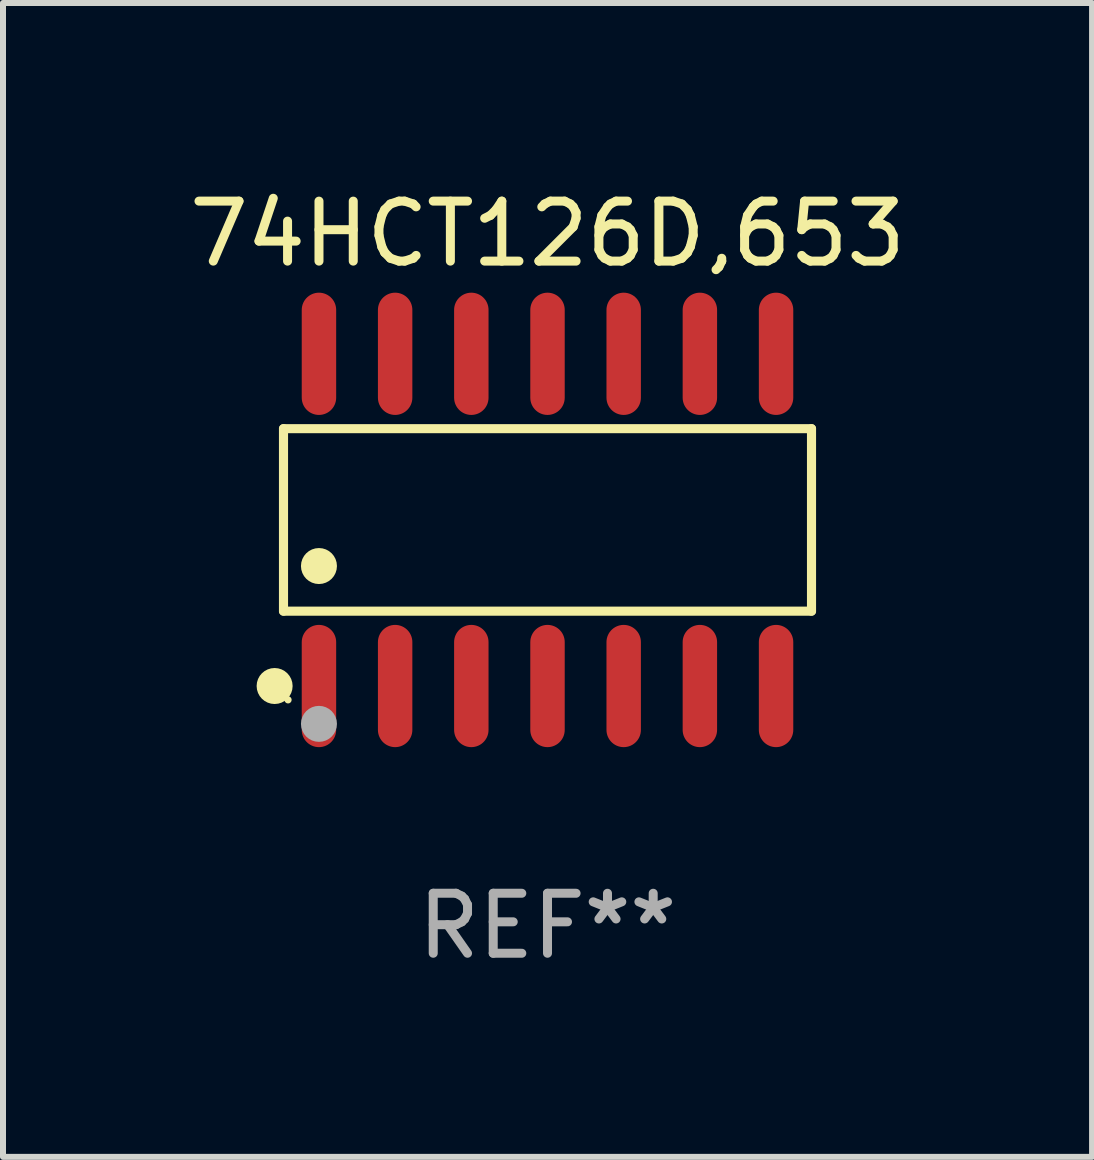
<source format=kicad_pcb>
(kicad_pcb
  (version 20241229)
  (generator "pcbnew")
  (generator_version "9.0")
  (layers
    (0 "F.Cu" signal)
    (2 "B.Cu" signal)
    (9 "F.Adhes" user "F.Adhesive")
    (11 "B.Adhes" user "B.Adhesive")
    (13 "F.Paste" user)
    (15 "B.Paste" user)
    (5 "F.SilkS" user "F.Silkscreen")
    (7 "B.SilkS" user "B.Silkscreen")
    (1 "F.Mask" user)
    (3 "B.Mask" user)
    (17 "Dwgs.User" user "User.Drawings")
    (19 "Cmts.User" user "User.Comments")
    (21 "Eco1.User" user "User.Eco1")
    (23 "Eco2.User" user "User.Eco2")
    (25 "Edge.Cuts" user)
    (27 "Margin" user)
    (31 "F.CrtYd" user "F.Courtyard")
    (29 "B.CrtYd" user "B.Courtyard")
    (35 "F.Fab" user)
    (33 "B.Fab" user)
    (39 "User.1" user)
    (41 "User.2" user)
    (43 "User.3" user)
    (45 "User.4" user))
  (footprint "74HCT126D,653"
    (layer "F.Cu")
    (at 6.077 5.617)
    (property "Reference" "74HCT126D,653" (at 0 -4.769 0) (layer "F.SilkS") (effects (font (size 1 1) (thickness 0.15))))
    (attr through_hole)
    (fp_line (start -4.401 -1.521) (end 4.401 -1.521) (stroke (width 0.152) (type solid)) (layer "F.SilkS"))
    (fp_line (start -4.401 1.521) (end -4.401 -1.521) (stroke (width 0.152) (type solid)) (layer "F.SilkS"))
    (fp_line (start 4.401 -1.521) (end 4.401 1.521) (stroke (width 0.152) (type solid)) (layer "F.SilkS"))
    (fp_line (start 4.401 1.521) (end -4.401 1.521) (stroke (width 0.152) (type solid)) (layer "F.SilkS"))
    (fp_circle (center -4.549 2.769) (end -4.399 2.769) (stroke (width 0.3) (type solid)) (fill no) (layer "F.SilkS"))
    (fp_circle (center -4.325 3) (end -4.295 3) (stroke (width 0.06) (type solid)) (fill no) (layer "F.SilkS"))
    (fp_circle (center -3.81 0.769) (end -3.66 0.769) (stroke (width 0.3) (type solid)) (fill no) (layer "F.SilkS"))
    (fp_circle (center -3.81 3.4) (end -3.66 3.4) (stroke (width 0.3) (type solid)) (fill no) (layer "F.Fab"))
    (fp_text user "REF**" (at 0 6.769 0) (layer "F.Fab") (effects (font (size 1 1) (thickness 0.15))))
    (pad "1" smd oval (at -3.81 2.769) (size 0.574 2.038) (layers "F.Cu" "F.Mask" "F.Paste"))
    (pad "2" smd oval (at -2.54 2.769) (size 0.574 2.038) (layers "F.Cu" "F.Mask" "F.Paste"))
    (pad "3" smd oval (at -1.27 2.769) (size 0.574 2.038) (layers "F.Cu" "F.Mask" "F.Paste"))
    (pad "4" smd oval (at 0 2.769) (size 0.574 2.038) (layers "F.Cu" "F.Mask" "F.Paste"))
    (pad "5" smd oval (at 1.27 2.769) (size 0.574 2.038) (layers "F.Cu" "F.Mask" "F.Paste"))
    (pad "6" smd oval (at 2.54 2.769) (size 0.574 2.038) (layers "F.Cu" "F.Mask" "F.Paste"))
    (pad "7" smd oval (at 3.81 2.769) (size 0.574 2.038) (layers "F.Cu" "F.Mask" "F.Paste"))
    (pad "8" smd oval (at 3.81 -2.769) (size 0.574 2.038) (layers "F.Cu" "F.Mask" "F.Paste"))
    (pad "9" smd oval (at 2.54 -2.769) (size 0.574 2.038) (layers "F.Cu" "F.Mask" "F.Paste"))
    (pad "10" smd oval (at 1.27 -2.769) (size 0.574 2.038) (layers "F.Cu" "F.Mask" "F.Paste"))
    (pad "11" smd oval (at 0 -2.769) (size 0.574 2.038) (layers "F.Cu" "F.Mask" "F.Paste"))
    (pad "12" smd oval (at -1.27 -2.769) (size 0.574 2.038) (layers "F.Cu" "F.Mask" "F.Paste"))
    (pad "13" smd oval (at -2.54 -2.769) (size 0.574 2.038) (layers "F.Cu" "F.Mask" "F.Paste"))
    (pad "14" smd oval (at -3.81 -2.769) (size 0.574 2.038) (layers "F.Cu" "F.Mask" "F.Paste")))
  (gr_rect
    (start -3 -3)
    (end 15.155 16.235)
    (stroke (width 0.1) (type default))
    (fill no)
    (layer "Edge.Cuts")))
</source>
